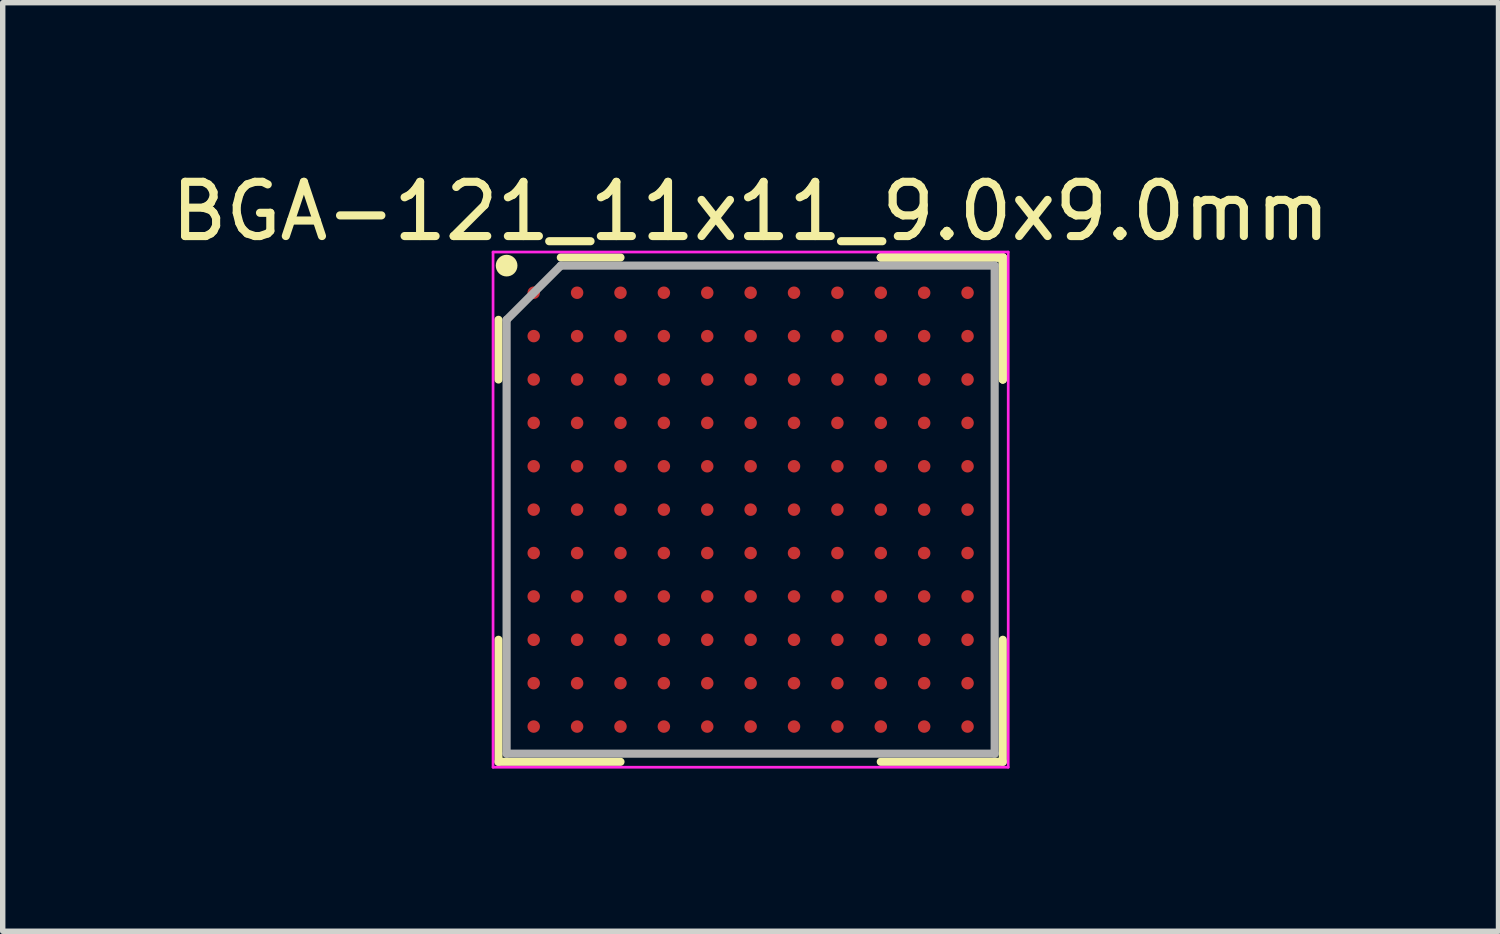
<source format=kicad_pcb>
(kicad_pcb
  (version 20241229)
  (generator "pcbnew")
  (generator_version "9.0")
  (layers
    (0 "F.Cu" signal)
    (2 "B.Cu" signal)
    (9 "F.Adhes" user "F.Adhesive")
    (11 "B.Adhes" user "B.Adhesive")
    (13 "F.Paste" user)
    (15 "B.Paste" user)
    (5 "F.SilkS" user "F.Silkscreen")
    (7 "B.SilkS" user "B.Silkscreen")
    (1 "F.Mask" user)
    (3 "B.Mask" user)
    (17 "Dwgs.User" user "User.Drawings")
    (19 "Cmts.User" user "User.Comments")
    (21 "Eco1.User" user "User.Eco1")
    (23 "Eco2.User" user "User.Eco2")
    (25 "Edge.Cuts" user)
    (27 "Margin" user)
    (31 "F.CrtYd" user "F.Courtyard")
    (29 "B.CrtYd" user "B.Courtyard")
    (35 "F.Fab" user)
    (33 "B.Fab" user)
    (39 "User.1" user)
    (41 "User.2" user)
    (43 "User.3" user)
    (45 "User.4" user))
  (footprint "BGA-121_11x11_9.0x9.0mm"
    (layer "F.Cu")
    (at 10.792 6.348)
    (property "Reference" "BGA-121_11x11_9.0x9.0mm" (at 0 -5.5 0) (layer "F.SilkS") (effects (font (size 1 1) (thickness 0.15))))
    (attr smd)
    (fp_line (start -4.65 -3.5) (end -4.65 -2.4) (stroke (width 0.15) (type solid)) (layer "F.SilkS"))
    (fp_line (start -4.65 4.65) (end -4.65 2.4) (stroke (width 0.15) (type solid)) (layer "F.SilkS"))
    (fp_line (start -2.4 -4.65) (end -3.5 -4.65) (stroke (width 0.15) (type solid)) (layer "F.SilkS"))
    (fp_line (start -2.4 4.65) (end -4.65 4.65) (stroke (width 0.15) (type solid)) (layer "F.SilkS"))
    (fp_line (start 2.4 -4.65) (end 4.65 -4.65) (stroke (width 0.15) (type solid)) (layer "F.SilkS"))
    (fp_line (start 2.4 -4.65) (end 4.65 -4.65) (stroke (width 0.15) (type solid)) (layer "F.SilkS"))
    (fp_line (start 2.4 -4.65) (end 4.65 -4.65) (stroke (width 0.15) (type solid)) (layer "F.SilkS"))
    (fp_line (start 2.4 4.65) (end 4.65 4.65) (stroke (width 0.15) (type solid)) (layer "F.SilkS"))
    (fp_line (start 4.65 -4.65) (end 4.65 -2.4) (stroke (width 0.15) (type solid)) (layer "F.SilkS"))
    (fp_line (start 4.65 -4.65) (end 4.65 -2.4) (stroke (width 0.15) (type solid)) (layer "F.SilkS"))
    (fp_line (start 4.65 -4.65) (end 4.65 -2.4) (stroke (width 0.15) (type solid)) (layer "F.SilkS"))
    (fp_line (start 4.65 4.65) (end 4.65 2.4) (stroke (width 0.15) (type solid)) (layer "F.SilkS"))
    (fp_circle (center -4.5 -4.5) (end -4.5 -4.4) (stroke (width 0.2) (type solid)) (fill no) (layer "F.SilkS"))
    (fp_line (start -4.75 -4.75) (end 4.75 -4.75) (stroke (width 0.05) (type solid)) (layer "F.CrtYd"))
    (fp_line (start -4.75 4.75) (end -4.75 -4.75) (stroke (width 0.05) (type solid)) (layer "F.CrtYd"))
    (fp_line (start 4.75 -4.75) (end 4.75 4.75) (stroke (width 0.05) (type solid)) (layer "F.CrtYd"))
    (fp_line (start 4.75 4.75) (end -4.75 4.75) (stroke (width 0.05) (type solid)) (layer "F.CrtYd"))
    (fp_line (start -4.5 -3.5) (end -4.5 4.5) (stroke (width 0.15) (type solid)) (layer "F.Fab"))
    (fp_line (start -4.5 4.5) (end 4.5 4.5) (stroke (width 0.15) (type solid)) (layer "F.Fab"))
    (fp_line (start -3.5 -4.5) (end -4.5 -3.5) (stroke (width 0.15) (type solid)) (layer "F.Fab"))
    (fp_line (start 4.5 -4.5) (end -3.5 -4.5) (stroke (width 0.15) (type solid)) (layer "F.Fab"))
    (fp_line (start 4.5 4.5) (end 4.5 -4.5) (stroke (width 0.15) (type solid)) (layer "F.Fab"))
    (pad "A1" smd circle (at -4 -4) (size 0.23 0.23) (layers "F.Cu" "F.Mask" "F.Paste"))
    (pad "A2" smd circle (at -3.2 -4) (size 0.23 0.23) (layers "F.Cu" "F.Mask" "F.Paste"))
    (pad "A3" smd circle (at -2.4 -4) (size 0.23 0.23) (layers "F.Cu" "F.Mask" "F.Paste"))
    (pad "A4" smd circle (at -1.6 -4) (size 0.23 0.23) (layers "F.Cu" "F.Mask" "F.Paste"))
    (pad "A5" smd circle (at -0.8 -4) (size 0.23 0.23) (layers "F.Cu" "F.Mask" "F.Paste"))
    (pad "A6" smd circle (at 0 -4) (size 0.23 0.23) (layers "F.Cu" "F.Mask" "F.Paste"))
    (pad "A7" smd circle (at 0.8 -4) (size 0.23 0.23) (layers "F.Cu" "F.Mask" "F.Paste"))
    (pad "A8" smd circle (at 1.6 -4) (size 0.23 0.23) (layers "F.Cu" "F.Mask" "F.Paste"))
    (pad "A9" smd circle (at 2.4 -4) (size 0.23 0.23) (layers "F.Cu" "F.Mask" "F.Paste"))
    (pad "A10" smd circle (at 3.2 -4) (size 0.23 0.23) (layers "F.Cu" "F.Mask" "F.Paste"))
    (pad "A11" smd circle (at 4 -4) (size 0.23 0.23) (layers "F.Cu" "F.Mask" "F.Paste"))
    (pad "B1" smd circle (at -4 -3.2) (size 0.23 0.23) (layers "F.Cu" "F.Mask" "F.Paste"))
    (pad "B2" smd circle (at -3.2 -3.2) (size 0.23 0.23) (layers "F.Cu" "F.Mask" "F.Paste"))
    (pad "B3" smd circle (at -2.4 -3.2) (size 0.23 0.23) (layers "F.Cu" "F.Mask" "F.Paste"))
    (pad "B4" smd circle (at -1.6 -3.2) (size 0.23 0.23) (layers "F.Cu" "F.Mask" "F.Paste"))
    (pad "B5" smd circle (at -0.8 -3.2) (size 0.23 0.23) (layers "F.Cu" "F.Mask" "F.Paste"))
    (pad "B6" smd circle (at 0 -3.2) (size 0.23 0.23) (layers "F.Cu" "F.Mask" "F.Paste"))
    (pad "B7" smd circle (at 0.8 -3.2) (size 0.23 0.23) (layers "F.Cu" "F.Mask" "F.Paste"))
    (pad "B8" smd circle (at 1.6 -3.2) (size 0.23 0.23) (layers "F.Cu" "F.Mask" "F.Paste"))
    (pad "B9" smd circle (at 2.4 -3.2) (size 0.23 0.23) (layers "F.Cu" "F.Mask" "F.Paste"))
    (pad "B10" smd circle (at 3.2 -3.2) (size 0.23 0.23) (layers "F.Cu" "F.Mask" "F.Paste"))
    (pad "B11" smd circle (at 4 -3.2) (size 0.23 0.23) (layers "F.Cu" "F.Mask" "F.Paste"))
    (pad "C1" smd circle (at -4 -2.4) (size 0.23 0.23) (layers "F.Cu" "F.Mask" "F.Paste"))
    (pad "C2" smd circle (at -3.2 -2.4) (size 0.23 0.23) (layers "F.Cu" "F.Mask" "F.Paste"))
    (pad "C3" smd circle (at -2.4 -2.4) (size 0.23 0.23) (layers "F.Cu" "F.Mask" "F.Paste"))
    (pad "C4" smd circle (at -1.6 -2.4) (size 0.23 0.23) (layers "F.Cu" "F.Mask" "F.Paste"))
    (pad "C5" smd circle (at -0.8 -2.4) (size 0.23 0.23) (layers "F.Cu" "F.Mask" "F.Paste"))
    (pad "C6" smd circle (at 0 -2.4) (size 0.23 0.23) (layers "F.Cu" "F.Mask" "F.Paste"))
    (pad "C7" smd circle (at 0.8 -2.4) (size 0.23 0.23) (layers "F.Cu" "F.Mask" "F.Paste"))
    (pad "C8" smd circle (at 1.6 -2.4) (size 0.23 0.23) (layers "F.Cu" "F.Mask" "F.Paste"))
    (pad "C9" smd circle (at 2.4 -2.4) (size 0.23 0.23) (layers "F.Cu" "F.Mask" "F.Paste"))
    (pad "C10" smd circle (at 3.2 -2.4) (size 0.23 0.23) (layers "F.Cu" "F.Mask" "F.Paste"))
    (pad "C11" smd circle (at 4 -2.4) (size 0.23 0.23) (layers "F.Cu" "F.Mask" "F.Paste"))
    (pad "D1" smd circle (at -4 -1.6) (size 0.23 0.23) (layers "F.Cu" "F.Mask" "F.Paste"))
    (pad "D2" smd circle (at -3.2 -1.6) (size 0.23 0.23) (layers "F.Cu" "F.Mask" "F.Paste"))
    (pad "D3" smd circle (at -2.4 -1.6) (size 0.23 0.23) (layers "F.Cu" "F.Mask" "F.Paste"))
    (pad "D4" smd circle (at -1.6 -1.6) (size 0.23 0.23) (layers "F.Cu" "F.Mask" "F.Paste"))
    (pad "D5" smd circle (at -0.8 -1.6) (size 0.23 0.23) (layers "F.Cu" "F.Mask" "F.Paste"))
    (pad "D6" smd circle (at 0 -1.6) (size 0.23 0.23) (layers "F.Cu" "F.Mask" "F.Paste"))
    (pad "D7" smd circle (at 0.8 -1.6) (size 0.23 0.23) (layers "F.Cu" "F.Mask" "F.Paste"))
    (pad "D8" smd circle (at 1.6 -1.6) (size 0.23 0.23) (layers "F.Cu" "F.Mask" "F.Paste"))
    (pad "D9" smd circle (at 2.4 -1.6) (size 0.23 0.23) (layers "F.Cu" "F.Mask" "F.Paste"))
    (pad "D10" smd circle (at 3.2 -1.6) (size 0.23 0.23) (layers "F.Cu" "F.Mask" "F.Paste"))
    (pad "D11" smd circle (at 4 -1.6) (size 0.23 0.23) (layers "F.Cu" "F.Mask" "F.Paste"))
    (pad "E1" smd circle (at -4 -0.8) (size 0.23 0.23) (layers "F.Cu" "F.Mask" "F.Paste"))
    (pad "E2" smd circle (at -3.2 -0.8) (size 0.23 0.23) (layers "F.Cu" "F.Mask" "F.Paste"))
    (pad "E3" smd circle (at -2.4 -0.8) (size 0.23 0.23) (layers "F.Cu" "F.Mask" "F.Paste"))
    (pad "E4" smd circle (at -1.6 -0.8) (size 0.23 0.23) (layers "F.Cu" "F.Mask" "F.Paste"))
    (pad "E5" smd circle (at -0.8 -0.8) (size 0.23 0.23) (layers "F.Cu" "F.Mask" "F.Paste"))
    (pad "E6" smd circle (at 0 -0.8) (size 0.23 0.23) (layers "F.Cu" "F.Mask" "F.Paste"))
    (pad "E7" smd circle (at 0.8 -0.8) (size 0.23 0.23) (layers "F.Cu" "F.Mask" "F.Paste"))
    (pad "E8" smd circle (at 1.6 -0.8) (size 0.23 0.23) (layers "F.Cu" "F.Mask" "F.Paste"))
    (pad "E9" smd circle (at 2.4 -0.8) (size 0.23 0.23) (layers "F.Cu" "F.Mask" "F.Paste"))
    (pad "E10" smd circle (at 3.2 -0.8) (size 0.23 0.23) (layers "F.Cu" "F.Mask" "F.Paste"))
    (pad "E11" smd circle (at 4 -0.8) (size 0.23 0.23) (layers "F.Cu" "F.Mask" "F.Paste"))
    (pad "F1" smd circle (at -4 0) (size 0.23 0.23) (layers "F.Cu" "F.Mask" "F.Paste"))
    (pad "F2" smd circle (at -3.2 0) (size 0.23 0.23) (layers "F.Cu" "F.Mask" "F.Paste"))
    (pad "F3" smd circle (at -2.4 0) (size 0.23 0.23) (layers "F.Cu" "F.Mask" "F.Paste"))
    (pad "F4" smd circle (at -1.6 0) (size 0.23 0.23) (layers "F.Cu" "F.Mask" "F.Paste"))
    (pad "F5" smd circle (at -0.8 0) (size 0.23 0.23) (layers "F.Cu" "F.Mask" "F.Paste"))
    (pad "F6" smd circle (at 0 0) (size 0.23 0.23) (layers "F.Cu" "F.Mask" "F.Paste"))
    (pad "F7" smd circle (at 0.8 0) (size 0.23 0.23) (layers "F.Cu" "F.Mask" "F.Paste"))
    (pad "F8" smd circle (at 1.6 0) (size 0.23 0.23) (layers "F.Cu" "F.Mask" "F.Paste"))
    (pad "F9" smd circle (at 2.4 0) (size 0.23 0.23) (layers "F.Cu" "F.Mask" "F.Paste"))
    (pad "F10" smd circle (at 3.2 0) (size 0.23 0.23) (layers "F.Cu" "F.Mask" "F.Paste"))
    (pad "F11" smd circle (at 4 0) (size 0.23 0.23) (layers "F.Cu" "F.Mask" "F.Paste"))
    (pad "G1" smd circle (at -4 0.8) (size 0.23 0.23) (layers "F.Cu" "F.Mask" "F.Paste"))
    (pad "G2" smd circle (at -3.2 0.8) (size 0.23 0.23) (layers "F.Cu" "F.Mask" "F.Paste"))
    (pad "G3" smd circle (at -2.4 0.8) (size 0.23 0.23) (layers "F.Cu" "F.Mask" "F.Paste"))
    (pad "G4" smd circle (at -1.6 0.8) (size 0.23 0.23) (layers "F.Cu" "F.Mask" "F.Paste"))
    (pad "G5" smd circle (at -0.8 0.8) (size 0.23 0.23) (layers "F.Cu" "F.Mask" "F.Paste"))
    (pad "G6" smd circle (at 0 0.8) (size 0.23 0.23) (layers "F.Cu" "F.Mask" "F.Paste"))
    (pad "G7" smd circle (at 0.8 0.8) (size 0.23 0.23) (layers "F.Cu" "F.Mask" "F.Paste"))
    (pad "G8" smd circle (at 1.6 0.8) (size 0.23 0.23) (layers "F.Cu" "F.Mask" "F.Paste"))
    (pad "G9" smd circle (at 2.4 0.8) (size 0.23 0.23) (layers "F.Cu" "F.Mask" "F.Paste"))
    (pad "G10" smd circle (at 3.2 0.8) (size 0.23 0.23) (layers "F.Cu" "F.Mask" "F.Paste"))
    (pad "G11" smd circle (at 4 0.8) (size 0.23 0.23) (layers "F.Cu" "F.Mask" "F.Paste"))
    (pad "H1" smd circle (at -4 1.6) (size 0.23 0.23) (layers "F.Cu" "F.Mask" "F.Paste"))
    (pad "H2" smd circle (at -3.2 1.6) (size 0.23 0.23) (layers "F.Cu" "F.Mask" "F.Paste"))
    (pad "H3" smd circle (at -2.4 1.6) (size 0.23 0.23) (layers "F.Cu" "F.Mask" "F.Paste"))
    (pad "H4" smd circle (at -1.6 1.6) (size 0.23 0.23) (layers "F.Cu" "F.Mask" "F.Paste"))
    (pad "H5" smd circle (at -0.8 1.6) (size 0.23 0.23) (layers "F.Cu" "F.Mask" "F.Paste"))
    (pad "H6" smd circle (at 0 1.6) (size 0.23 0.23) (layers "F.Cu" "F.Mask" "F.Paste"))
    (pad "H7" smd circle (at 0.8 1.6) (size 0.23 0.23) (layers "F.Cu" "F.Mask" "F.Paste"))
    (pad "H8" smd circle (at 1.6 1.6) (size 0.23 0.23) (layers "F.Cu" "F.Mask" "F.Paste"))
    (pad "H9" smd circle (at 2.4 1.6) (size 0.23 0.23) (layers "F.Cu" "F.Mask" "F.Paste"))
    (pad "H10" smd circle (at 3.2 1.6) (size 0.23 0.23) (layers "F.Cu" "F.Mask" "F.Paste"))
    (pad "H11" smd circle (at 4 1.6) (size 0.23 0.23) (layers "F.Cu" "F.Mask" "F.Paste"))
    (pad "J1" smd circle (at -4 2.4) (size 0.23 0.23) (layers "F.Cu" "F.Mask" "F.Paste"))
    (pad "J2" smd circle (at -3.2 2.4) (size 0.23 0.23) (layers "F.Cu" "F.Mask" "F.Paste"))
    (pad "J3" smd circle (at -2.4 2.4) (size 0.23 0.23) (layers "F.Cu" "F.Mask" "F.Paste"))
    (pad "J4" smd circle (at -1.6 2.4) (size 0.23 0.23) (layers "F.Cu" "F.Mask" "F.Paste"))
    (pad "J5" smd circle (at -0.8 2.4) (size 0.23 0.23) (layers "F.Cu" "F.Mask" "F.Paste"))
    (pad "J6" smd circle (at 0 2.4) (size 0.23 0.23) (layers "F.Cu" "F.Mask" "F.Paste"))
    (pad "J7" smd circle (at 0.8 2.4) (size 0.23 0.23) (layers "F.Cu" "F.Mask" "F.Paste"))
    (pad "J8" smd circle (at 1.6 2.4) (size 0.23 0.23) (layers "F.Cu" "F.Mask" "F.Paste"))
    (pad "J9" smd circle (at 2.4 2.4) (size 0.23 0.23) (layers "F.Cu" "F.Mask" "F.Paste"))
    (pad "J10" smd circle (at 3.2 2.4) (size 0.23 0.23) (layers "F.Cu" "F.Mask" "F.Paste"))
    (pad "J11" smd circle (at 4 2.4) (size 0.23 0.23) (layers "F.Cu" "F.Mask" "F.Paste"))
    (pad "K1" smd circle (at -4 3.2) (size 0.23 0.23) (layers "F.Cu" "F.Mask" "F.Paste"))
    (pad "K2" smd circle (at -3.2 3.2) (size 0.23 0.23) (layers "F.Cu" "F.Mask" "F.Paste"))
    (pad "K3" smd circle (at -2.4 3.2) (size 0.23 0.23) (layers "F.Cu" "F.Mask" "F.Paste"))
    (pad "K4" smd circle (at -1.6 3.2) (size 0.23 0.23) (layers "F.Cu" "F.Mask" "F.Paste"))
    (pad "K5" smd circle (at -0.8 3.2) (size 0.23 0.23) (layers "F.Cu" "F.Mask" "F.Paste"))
    (pad "K6" smd circle (at 0 3.2) (size 0.23 0.23) (layers "F.Cu" "F.Mask" "F.Paste"))
    (pad "K7" smd circle (at 0.8 3.2) (size 0.23 0.23) (layers "F.Cu" "F.Mask" "F.Paste"))
    (pad "K8" smd circle (at 1.6 3.2) (size 0.23 0.23) (layers "F.Cu" "F.Mask" "F.Paste"))
    (pad "K9" smd circle (at 2.4 3.2) (size 0.23 0.23) (layers "F.Cu" "F.Mask" "F.Paste"))
    (pad "K10" smd circle (at 3.2 3.2) (size 0.23 0.23) (layers "F.Cu" "F.Mask" "F.Paste"))
    (pad "K11" smd circle (at 4 3.2) (size 0.23 0.23) (layers "F.Cu" "F.Mask" "F.Paste"))
    (pad "L1" smd circle (at -4 4) (size 0.23 0.23) (layers "F.Cu" "F.Mask" "F.Paste"))
    (pad "L2" smd circle (at -3.2 4) (size 0.23 0.23) (layers "F.Cu" "F.Mask" "F.Paste"))
    (pad "L3" smd circle (at -2.4 4) (size 0.23 0.23) (layers "F.Cu" "F.Mask" "F.Paste"))
    (pad "L4" smd circle (at -1.6 4) (size 0.23 0.23) (layers "F.Cu" "F.Mask" "F.Paste"))
    (pad "L5" smd circle (at -0.8 4) (size 0.23 0.23) (layers "F.Cu" "F.Mask" "F.Paste"))
    (pad "L6" smd circle (at 0 4) (size 0.23 0.23) (layers "F.Cu" "F.Mask" "F.Paste"))
    (pad "L7" smd circle (at 0.8 4) (size 0.23 0.23) (layers "F.Cu" "F.Mask" "F.Paste"))
    (pad "L8" smd circle (at 1.6 4) (size 0.23 0.23) (layers "F.Cu" "F.Mask" "F.Paste"))
    (pad "L9" smd circle (at 2.4 4) (size 0.23 0.23) (layers "F.Cu" "F.Mask" "F.Paste"))
    (pad "L10" smd circle (at 3.2 4) (size 0.23 0.23) (layers "F.Cu" "F.Mask" "F.Paste"))
    (pad "L11" smd circle (at 4 4) (size 0.23 0.23) (layers "F.Cu" "F.Mask" "F.Paste")))
  (gr_rect
    (start -3 -3)
    (end 24.583 14.123)
    (stroke (width 0.1) (type default))
    (fill no)
    (layer "Edge.Cuts")))
</source>
